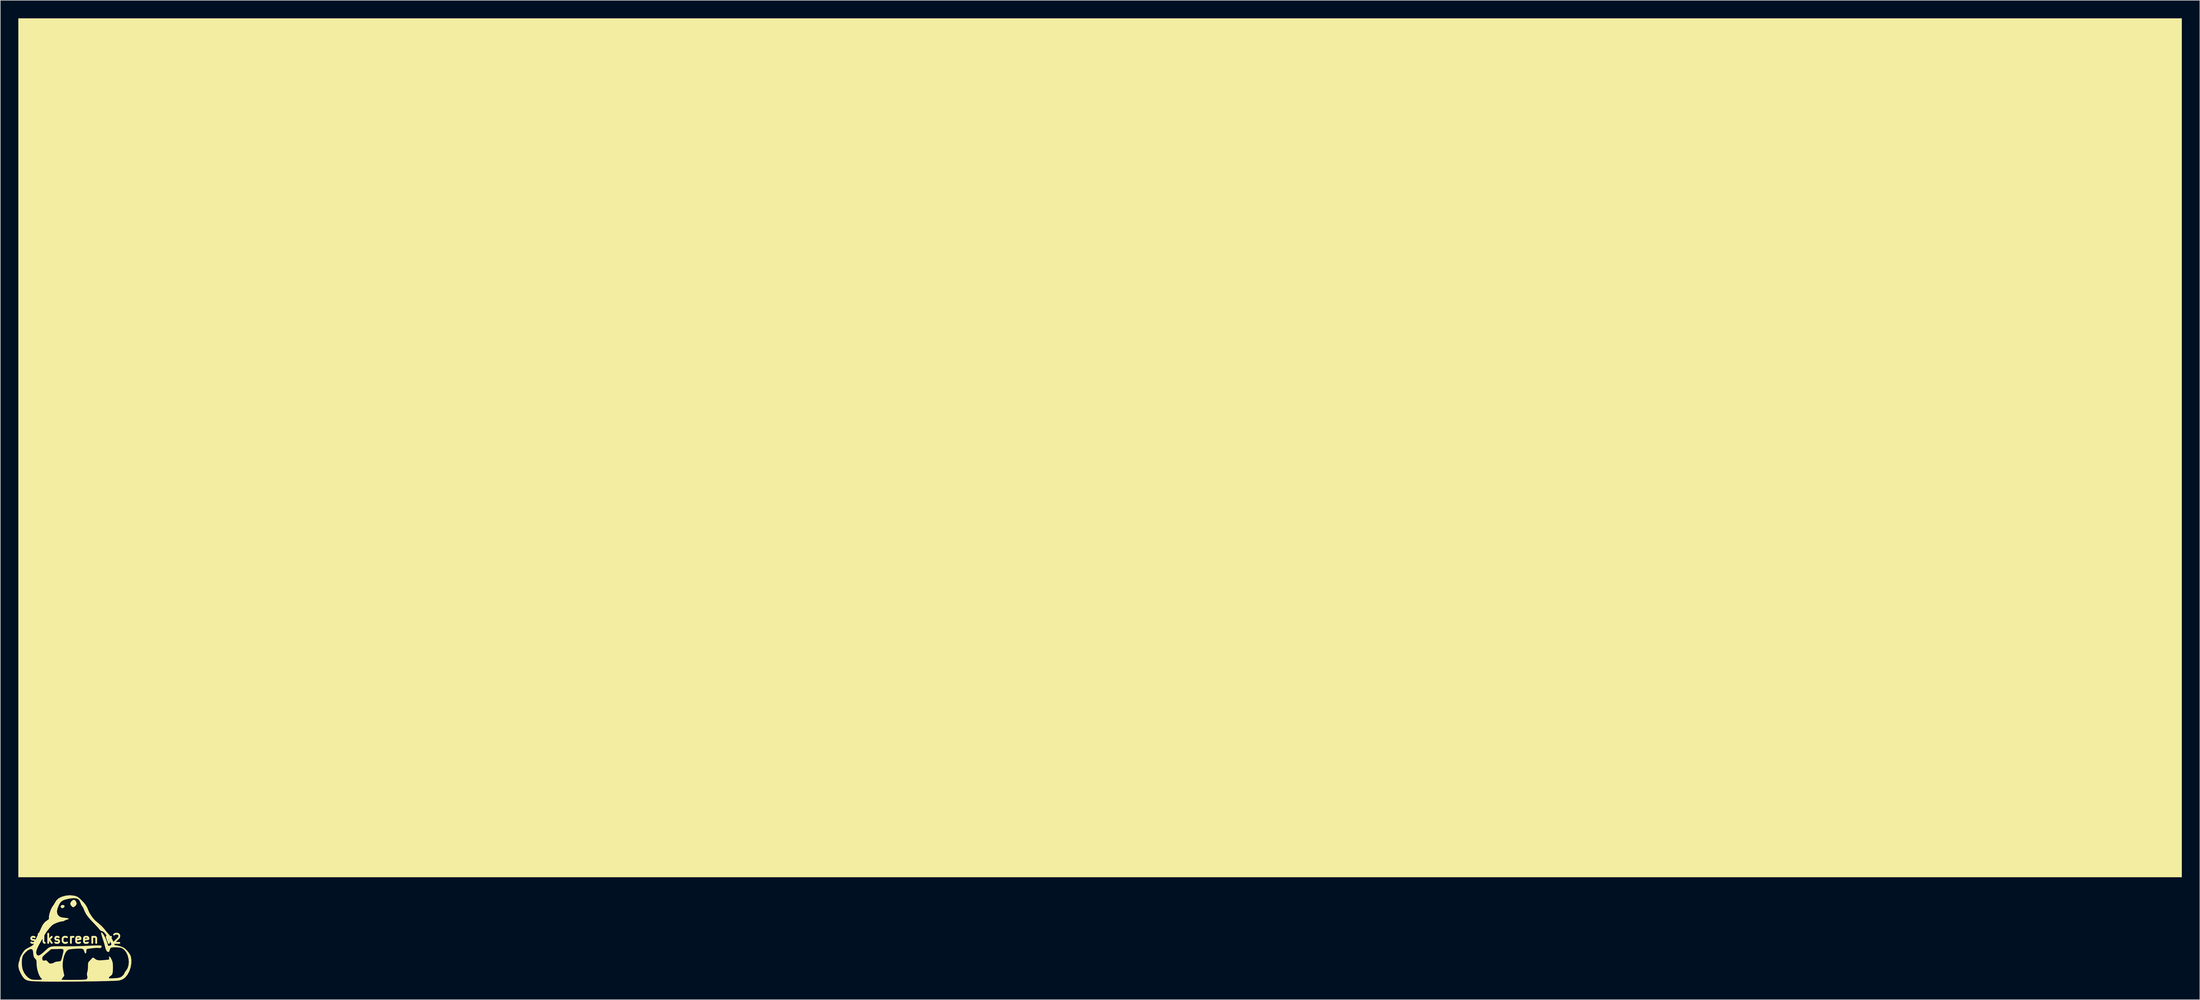
<source format=kicad_pcb>
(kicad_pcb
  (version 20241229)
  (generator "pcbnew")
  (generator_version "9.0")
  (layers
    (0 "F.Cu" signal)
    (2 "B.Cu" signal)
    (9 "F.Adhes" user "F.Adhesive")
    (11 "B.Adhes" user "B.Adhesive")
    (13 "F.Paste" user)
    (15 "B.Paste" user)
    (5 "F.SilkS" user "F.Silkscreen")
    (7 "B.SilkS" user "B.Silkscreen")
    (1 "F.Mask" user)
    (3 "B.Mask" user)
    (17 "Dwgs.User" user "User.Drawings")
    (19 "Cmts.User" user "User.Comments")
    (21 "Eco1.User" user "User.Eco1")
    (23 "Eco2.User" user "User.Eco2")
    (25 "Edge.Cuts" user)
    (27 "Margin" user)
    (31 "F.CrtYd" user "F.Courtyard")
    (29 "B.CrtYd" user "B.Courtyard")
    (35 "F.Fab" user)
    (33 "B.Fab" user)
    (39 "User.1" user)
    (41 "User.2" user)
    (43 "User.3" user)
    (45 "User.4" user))
  (footprint "silkscreen v1"
    (layer "F.Cu")
    (at 180.006 71.464)
    (property "Reference" "silkscreen v1" (at 0 0 0) (layer "F.SilkS") (effects (font (size 1.524 1.524) (thickness 0.3))))
    (attr through_hole)
    (fp_poly (pts (xy 180.001 71.543) (xy -180.001 71.543) (xy -180.001 -71.459) (xy 180.001 -71.459) (xy 180.001 71.543)) (stroke (width 0.01) (type solid)) (fill yes) (layer "F.SilkS")))
  (footprint "silkscreen v2"
    (layer "F.Cu")
    (at 9.476 153.255)
    (property "Reference" "silkscreen v2" (at 0 0 0) (layer "F.SilkS") (effects (font (size 1.524 1.524) (thickness 0.3))))
    (attr through_hole)
    (fp_poly (pts (xy -1.865 -5.573) (xy -1.782 -5.434) (xy -1.833 -5.267) (xy -1.912 -5.191) (xy -2.127 -5.088) (xy -2.302 -5.14) (xy -2.377 -5.214) (xy -2.438 -5.385) (xy -2.359 -5.534) (xy -2.169 -5.621) (xy -2.066 -5.63) (xy -1.865 -5.573)) (stroke (width 0.01) (type solid)) (fill yes) (layer "F.SilkS"))
    (fp_poly (pts (xy 0.016 -6.341) (xy 0.11 -6.199) (xy 0.213 -5.984) (xy 0.217 -5.812) (xy 0.173 -5.681) (xy 0.034 -5.485) (xy -0.173 -5.323) (xy -0.377 -5.25) (xy -0.389 -5.249) (xy -0.471 -5.303) (xy -0.616 -5.435) (xy -0.639 -5.457) (xy -0.81 -5.702) (xy -0.819 -5.944) (xy -0.665 -6.201) (xy -0.593 -6.278) (xy -0.358 -6.46) (xy -0.162 -6.482) (xy 0.016 -6.341)) (stroke (width 0.01) (type solid)) (fill yes) (layer "F.SilkS"))
    (fp_poly (pts (xy -0.184 -7.168) (xy 0 -7.123) (xy 0.26 -7.032) (xy 0.491 -6.903) (xy 0.739 -6.704) (xy 1.033 -6.421) (xy 1.448 -5.98) (xy 1.752 -5.592) (xy 1.972 -5.217) (xy 2.137 -4.813) (xy 2.141 -4.801) (xy 2.325 -4.384) (xy 2.598 -3.922) (xy 2.92 -3.472) (xy 3.252 -3.089) (xy 3.456 -2.903) (xy 3.993 -2.46) (xy 4.413 -2.077) (xy 4.745 -1.725) (xy 4.939 -1.486) (xy 5.179 -1.185) (xy 5.444 -0.877) (xy 5.589 -0.72) (xy 5.756 -0.511) (xy 5.949 -0.217) (xy 6.145 0.12) (xy 6.32 0.456) (xy 6.452 0.75) (xy 6.516 0.959) (xy 6.519 0.992) (xy 6.593 1.073) (xy 6.752 1.102) (xy 7.033 1.137) (xy 7.394 1.229) (xy 7.764 1.356) (xy 8.022 1.471) (xy 8.318 1.68) (xy 8.633 1.991) (xy 8.923 2.353) (xy 9.145 2.711) (xy 9.237 2.935) (xy 9.336 3.523) (xy 9.319 4.157) (xy 9.199 4.801) (xy 8.986 5.417) (xy 8.693 5.968) (xy 8.331 6.417) (xy 8.086 6.622) (xy 7.785 6.786) (xy 7.437 6.915) (xy 7.324 6.943) (xy 7.128 6.966) (xy 6.78 6.988) (xy 6.295 7.01) (xy 5.69 7.03) (xy 4.981 7.05) (xy 4.185 7.068) (xy 3.317 7.085) (xy 2.396 7.099) (xy 1.436 7.112) (xy 0.454 7.123) (xy -0.533 7.131) (xy -1.509 7.137) (xy -2.458 7.14) (xy -3.363 7.139) (xy -4.208 7.136) (xy -4.976 7.129) (xy -5.651 7.118) (xy -5.927 7.112) (xy -6.639 7.091) (xy -7.206 7.06) (xy -7.651 7.01) (xy -7.999 6.928) (xy -8.273 6.806) (xy -8.498 6.632) (xy -8.697 6.396) (xy -8.894 6.088) (xy -9.097 5.728) (xy -9.358 5.134) (xy -9.471 4.579) (xy -9.435 4.077) (xy -9.403 3.979) (xy -8.9 3.979) (xy -8.874 4.471) (xy -8.803 4.934) (xy -8.736 5.182) (xy -8.523 5.657) (xy -8.224 6.09) (xy -7.87 6.447) (xy -7.495 6.694) (xy -7.239 6.783) (xy -6.986 6.817) (xy -6.66 6.838) (xy -6.308 6.844) (xy -5.981 6.836) (xy -5.727 6.815) (xy -5.6 6.783) (xy -5.534 6.701) (xy -5.582 6.65) (xy -5.781 6.45) (xy -5.974 6.118) (xy -6.149 5.693) (xy -6.293 5.212) (xy -6.392 4.713) (xy -6.434 4.232) (xy -6.435 4.174) (xy -6.44 3.842) (xy -6.464 3.629) (xy -6.523 3.484) (xy -6.63 3.358) (xy -6.681 3.31) (xy -6.725 3.259) (xy -5.503 3.259) (xy -5.464 3.527) (xy -5.339 3.653) (xy -5.122 3.641) (xy -5.074 3.626) (xy -4.917 3.588) (xy -4.791 3.625) (xy -4.642 3.762) (xy -4.559 3.854) (xy -4.377 4.043) (xy -4.229 4.126) (xy -4.045 4.133) (xy -3.956 4.122) (xy -3.703 4.061) (xy -3.507 3.967) (xy -3.485 3.949) (xy -3.318 3.869) (xy -3.05 3.81) (xy -2.886 3.794) (xy -2.665 3.778) (xy -2.51 3.741) (xy -2.4 3.654) (xy -2.315 3.491) (xy -2.234 3.222) (xy -2.136 2.82) (xy -2.124 2.77) (xy -2.017 2.324) (xy -1.958 2.019) (xy -1.968 1.83) (xy -2.069 1.73) (xy -2.281 1.694) (xy -2.625 1.696) (xy -2.985 1.708) (xy -4.022 1.736) (xy -4.763 2.365) (xy -5.09 2.649) (xy -5.305 2.855) (xy -5.431 3.01) (xy -5.49 3.14) (xy -5.503 3.259) (xy -6.725 3.259) (xy -6.835 3.131) (xy -6.925 2.917) (xy -6.979 2.601) (xy -6.982 2.577) (xy -7.015 2.286) (xy -7.028 2.173) (xy -6.501 2.173) (xy -6.494 2.442) (xy -6.401 2.646) (xy -6.281 2.762) (xy -6.138 2.798) (xy -5.956 2.747) (xy -5.715 2.598) (xy -5.397 2.344) (xy -4.984 1.974) (xy -4.948 1.941) (xy -4.708 1.722) (xy -4.504 1.553) (xy -4.309 1.429) (xy -4.097 1.343) (xy -3.841 1.289) (xy -3.514 1.26) (xy -3.09 1.25) (xy -2.541 1.253) (xy -2.074 1.259) (xy -1.428 1.262) (xy -0.667 1.256) (xy 0.152 1.241) (xy 0.975 1.218) (xy 1.746 1.19) (xy 2.013 1.178) (xy 2.72 1.145) (xy 3.275 1.124) (xy 3.694 1.114) (xy 3.995 1.116) (xy 4.193 1.129) (xy 4.305 1.152) (xy 4.339 1.172) (xy 4.393 1.316) (xy 4.321 1.454) (xy 4.163 1.539) (xy 4.053 1.545) (xy 3.799 1.524) (xy 3.641 1.516) (xy 3.443 1.522) (xy 3.155 1.545) (xy 2.818 1.58) (xy 2.479 1.621) (xy 2.181 1.663) (xy 1.968 1.701) (xy 1.886 1.727) (xy 1.857 1.833) (xy 1.841 2.042) (xy 1.84 2.118) (xy 1.805 2.357) (xy 1.722 2.446) (xy 1.617 2.385) (xy 1.518 2.173) (xy 1.503 2.117) (xy 1.442 1.917) (xy 1.356 1.779) (xy 1.219 1.692) (xy 1.003 1.649) (xy 0.679 1.64) (xy 0.221 1.656) (xy 0.089 1.662) (xy -0.361 1.693) (xy -0.753 1.736) (xy -1.047 1.785) (xy -1.197 1.829) (xy -1.44 2.034) (xy -1.664 2.378) (xy -1.853 2.831) (xy -1.99 3.36) (xy -2.078 3.904) (xy -2.109 4.366) (xy -2.081 4.823) (xy -1.995 5.349) (xy -1.974 5.456) (xy -1.831 6.15) (xy -2.058 6.449) (xy -2.197 6.641) (xy -2.277 6.776) (xy -2.286 6.802) (xy -2.206 6.823) (xy -1.985 6.838) (xy -1.651 6.849) (xy -1.231 6.856) (xy -0.754 6.858) (xy -0.249 6.856) (xy 0.258 6.85) (xy 0.738 6.84) (xy 1.162 6.827) (xy 1.504 6.811) (xy 1.735 6.791) (xy 1.815 6.775) (xy 1.983 6.631) (xy 2.031 6.385) (xy 1.956 6.06) (xy 1.953 6.054) (xy 1.937 5.848) (xy 1.995 5.574) (xy 2.002 5.556) (xy 2.059 5.304) (xy 2.101 4.957) (xy 2.117 4.591) (xy 2.117 4.589) (xy 2.121 4.257) (xy 2.145 4.042) (xy 2.205 3.892) (xy 2.315 3.756) (xy 2.392 3.679) (xy 2.586 3.481) (xy 2.742 3.311) (xy 2.776 3.271) (xy 2.888 3.162) (xy 3.006 3.153) (xy 3.173 3.253) (xy 3.312 3.365) (xy 3.485 3.483) (xy 3.692 3.558) (xy 3.963 3.592) (xy 4.328 3.589) (xy 4.818 3.552) (xy 5.038 3.53) (xy 5.32 3.501) (xy 5.532 3.481) (xy 5.616 3.474) (xy 5.649 3.401) (xy 5.632 3.227) (xy 5.63 3.217) (xy 5.612 3.018) (xy 5.662 2.953) (xy 5.762 3.01) (xy 5.893 3.179) (xy 6.037 3.449) (xy 6.042 3.461) (xy 6.149 3.722) (xy 6.216 3.963) (xy 6.251 4.237) (xy 6.264 4.6) (xy 6.265 4.811) (xy 6.255 5.299) (xy 6.218 5.65) (xy 6.144 5.897) (xy 6.024 6.071) (xy 5.847 6.207) (xy 5.835 6.214) (xy 5.666 6.35) (xy 5.589 6.485) (xy 5.588 6.495) (xy 5.606 6.554) (xy 5.681 6.589) (xy 5.84 6.602) (xy 6.113 6.595) (xy 6.485 6.575) (xy 6.905 6.545) (xy 7.2 6.507) (xy 7.414 6.453) (xy 7.591 6.372) (xy 7.727 6.287) (xy 7.975 6.074) (xy 8.135 5.846) (xy 8.153 5.8) (xy 8.272 5.551) (xy 8.43 5.334) (xy 8.7 4.927) (xy 8.857 4.432) (xy 8.909 3.885) (xy 8.86 3.319) (xy 8.717 2.77) (xy 8.486 2.271) (xy 8.172 1.858) (xy 7.782 1.564) (xy 7.782 1.564) (xy 7.579 1.5) (xy 7.273 1.454) (xy 6.913 1.427) (xy 6.547 1.419) (xy 6.223 1.433) (xy 5.988 1.47) (xy 5.906 1.506) (xy 5.801 1.661) (xy 5.724 1.89) (xy 5.72 1.908) (xy 5.645 2.127) (xy 5.522 2.201) (xy 5.513 2.201) (xy 5.327 2.142) (xy 5.172 1.953) (xy 5.039 1.62) (xy 4.951 1.285) (xy 4.847 0.885) (xy 4.71 0.425) (xy 4.568 0.003) (xy 4.564 -0.009) (xy 4.449 -0.349) (xy 4.363 -0.653) (xy 4.32 -0.869) (xy 4.318 -0.905) (xy 4.328 -1.058) (xy 4.384 -1.061) (xy 4.478 -0.982) (xy 4.643 -0.778) (xy 4.834 -0.459) (xy 5.027 -0.071) (xy 5.199 0.34) (xy 5.3 0.635) (xy 5.382 0.904) (xy 5.445 1.099) (xy 5.472 1.172) (xy 5.558 1.176) (xy 5.741 1.147) (xy 5.751 1.144) (xy 5.943 1.06) (xy 6.005 0.911) (xy 5.938 0.684) (xy 5.741 0.364) (xy 5.721 0.335) (xy 5.518 0.032) (xy 5.325 -0.288) (xy 5.246 -0.437) (xy 5.02 -0.814) (xy 4.779 -1.092) (xy 4.547 -1.247) (xy 4.433 -1.27) (xy 4.236 -1.348) (xy 4.017 -1.568) (xy 4.005 -1.584) (xy 3.854 -1.765) (xy 3.616 -2.031) (xy 3.321 -2.348) (xy 3.002 -2.68) (xy 2.976 -2.706) (xy 2.448 -3.27) (xy 2.043 -3.762) (xy 1.746 -4.207) (xy 1.538 -4.626) (xy 1.474 -4.8) (xy 1.358 -5.08) (xy 1.223 -5.32) (xy 1.166 -5.393) (xy 1.042 -5.58) (xy 0.914 -5.855) (xy 0.851 -6.028) (xy 0.698 -6.364) (xy 0.477 -6.596) (xy 0.17 -6.728) (xy -0.24 -6.767) (xy -0.77 -6.717) (xy -1.174 -6.643) (xy -1.668 -6.525) (xy -2.031 -6.394) (xy -2.299 -6.223) (xy -2.511 -5.987) (xy -2.703 -5.662) (xy -2.748 -5.572) (xy -2.973 -5.011) (xy -3.053 -4.535) (xy -2.987 -4.147) (xy -2.872 -3.948) (xy -2.689 -3.752) (xy -2.479 -3.622) (xy -2.197 -3.541) (xy -1.799 -3.488) (xy -1.718 -3.481) (xy -1.365 -3.438) (xy -1.15 -3.382) (xy -1.08 -3.319) (xy -1.165 -3.255) (xy -1.322 -3.213) (xy -1.583 -3.126) (xy -1.785 -3.019) (xy -2.015 -2.918) (xy -2.268 -2.879) (xy -2.484 -2.846) (xy -2.791 -2.76) (xy -3.13 -2.638) (xy -3.178 -2.618) (xy -3.504 -2.471) (xy -3.754 -2.32) (xy -3.982 -2.125) (xy -4.241 -1.844) (xy -4.322 -1.75) (xy -4.582 -1.427) (xy -4.824 -1.095) (xy -5.007 -0.811) (xy -5.048 -0.736) (xy -5.206 -0.443) (xy -5.406 -0.091) (xy -5.575 0.195) (xy -5.958 0.852) (xy -6.237 1.392) (xy -6.417 1.828) (xy -6.501 2.173) (xy -7.028 2.173) (xy -7.042 2.055) (xy -7.054 1.956) (xy -7.133 1.815) (xy -7.211 1.75) (xy -7.417 1.713) (xy -7.686 1.8) (xy -7.987 1.991) (xy -8.293 2.265) (xy -8.575 2.603) (xy -8.707 2.804) (xy -8.816 3.097) (xy -8.88 3.504) (xy -8.9 3.979) (xy -9.403 3.979) (xy -9.366 3.863) (xy -9.277 3.596) (xy -9.23 3.353) (xy -9.229 3.313) (xy -9.184 3.142) (xy -9.065 2.88) (xy -8.894 2.572) (xy -8.82 2.452) (xy -8.605 2.131) (xy -8.424 1.91) (xy -8.226 1.744) (xy -7.962 1.586) (xy -7.783 1.491) (xy -7.403 1.291) (xy -7.146 1.133) (xy -6.98 0.99) (xy -6.874 0.834) (xy -6.798 0.635) (xy -6.778 0.57) (xy -6.692 0.338) (xy -6.546 0.012) (xy -6.366 -0.355) (xy -6.264 -0.55) (xy -6.063 -0.941) (xy -5.87 -1.342) (xy -5.717 -1.688) (xy -5.669 -1.81) (xy -5.406 -2.332) (xy -5.053 -2.77) (xy -4.642 -3.081) (xy -4.633 -3.086) (xy -4.44 -3.217) (xy -4.377 -3.35) (xy -4.384 -3.437) (xy -4.383 -3.704) (xy -4.316 -4.068) (xy -4.199 -4.477) (xy -4.048 -4.882) (xy -3.88 -5.231) (xy -3.723 -5.461) (xy -3.592 -5.64) (xy -3.439 -5.892) (xy -3.383 -5.997) (xy -3.137 -6.387) (xy -2.838 -6.677) (xy -2.439 -6.907) (xy -2.201 -7.006) (xy -1.547 -7.183) (xy -0.853 -7.238) (xy -0.184 -7.168)) (stroke (width 0.01) (type solid)) (fill yes) (layer "F.SilkS")))
  (gr_rect
    (start -3 -3)
    (end 363.013 163.399)
    (stroke (width 0.1) (type default))
    (fill no)
    (layer "Edge.Cuts")))
</source>
